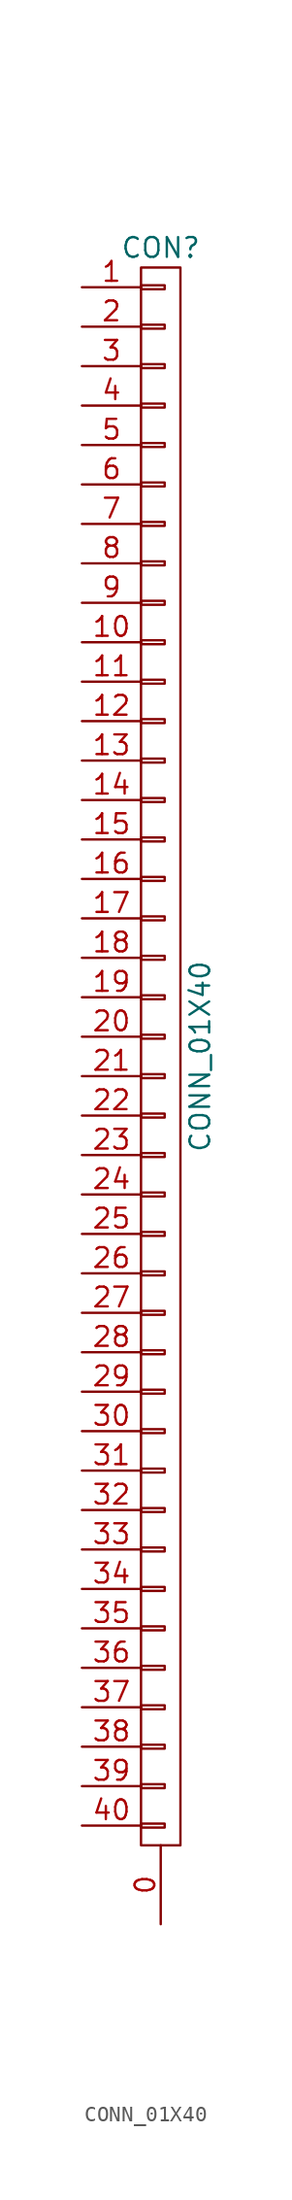
<source format=kicad_sym>
(kicad_symbol_lib
  (version 20211014)
  (generator kicad_symbol_editor)
  (symbol "CONN_01X40"
    (pin_names
      (offset 1.016) hide)
    (property "Reference" "CON"
      (at 0 52.07 0)
      (effects (font (size 1.27 1.27))))
    (property "Value" "CONN_01X40"
      (at 2.54 0 90)
      (effects (font (size 1.27 1.27))))
    (property "Footprint" ""
      (at 0 0 0)
      (effects (font (size 1.27 1.27))))
    (property "Datasheet" ""
      (at 0 0 0)
      (effects (font (size 1.27 1.27))))
    (symbol "CONN_01X40_0_1"
      (rectangle (start -1.27 -49.403) (end 0.254 -49.657) (stroke (width 0) (type default) (color 0 0 0 0)) (fill (type none)))
      (rectangle (start -1.27 -46.863) (end 0.254 -47.117) (stroke (width 0) (type default) (color 0 0 0 0)) (fill (type none)))
      (rectangle (start -1.27 -44.323) (end 0.254 -44.577) (stroke (width 0) (type default) (color 0 0 0 0)) (fill (type none)))
      (rectangle (start -1.27 -41.783) (end 0.254 -42.037) (stroke (width 0) (type default) (color 0 0 0 0)) (fill (type none)))
      (rectangle (start -1.27 -39.243) (end 0.254 -39.497) (stroke (width 0) (type default) (color 0 0 0 0)) (fill (type none)))
      (rectangle (start -1.27 -36.703) (end 0.254 -36.957) (stroke (width 0) (type default) (color 0 0 0 0)) (fill (type none)))
      (rectangle (start -1.27 -34.163) (end 0.254 -34.417) (stroke (width 0) (type default) (color 0 0 0 0)) (fill (type none)))
      (rectangle (start -1.27 -31.623) (end 0.254 -31.877) (stroke (width 0) (type default) (color 0 0 0 0)) (fill (type none)))
      (rectangle (start -1.27 -29.083) (end 0.254 -29.337) (stroke (width 0) (type default) (color 0 0 0 0)) (fill (type none)))
      (rectangle (start -1.27 -26.543) (end 0.254 -26.797) (stroke (width 0) (type default) (color 0 0 0 0)) (fill (type none)))
      (rectangle (start -1.27 -24.003) (end 0.254 -24.257) (stroke (width 0) (type default) (color 0 0 0 0)) (fill (type none)))
      (rectangle (start -1.27 -21.463) (end 0.254 -21.717) (stroke (width 0) (type default) (color 0 0 0 0)) (fill (type none)))
      (rectangle (start -1.27 -18.923) (end 0.254 -19.177) (stroke (width 0) (type default) (color 0 0 0 0)) (fill (type none)))
      (rectangle (start -1.27 -16.383) (end 0.254 -16.637) (stroke (width 0) (type default) (color 0 0 0 0)) (fill (type none)))
      (rectangle (start -1.27 -13.843) (end 0.254 -14.097) (stroke (width 0) (type default) (color 0 0 0 0)) (fill (type none)))
      (rectangle (start -1.27 -11.303) (end 0.254 -11.557) (stroke (width 0) (type default) (color 0 0 0 0)) (fill (type none)))
      (rectangle (start -1.27 -8.763) (end 0.254 -9.017) (stroke (width 0) (type default) (color 0 0 0 0)) (fill (type none)))
      (rectangle (start -1.27 -6.223) (end 0.254 -6.477) (stroke (width 0) (type default) (color 0 0 0 0)) (fill (type none)))
      (rectangle (start -1.27 -3.683) (end 0.254 -3.937) (stroke (width 0) (type default) (color 0 0 0 0)) (fill (type none)))
      (rectangle (start -1.27 -1.143) (end 0.254 -1.397) (stroke (width 0) (type default) (color 0 0 0 0)) (fill (type none)))
      (rectangle (start -1.27 1.397) (end 0.254 1.143) (stroke (width 0) (type default) (color 0 0 0 0)) (fill (type none)))
      (rectangle (start -1.27 3.937) (end 0.254 3.683) (stroke (width 0) (type default) (color 0 0 0 0)) (fill (type none)))
      (rectangle (start -1.27 6.477) (end 0.254 6.223) (stroke (width 0) (type default) (color 0 0 0 0)) (fill (type none)))
      (rectangle (start -1.27 9.017) (end 0.254 8.763) (stroke (width 0) (type default) (color 0 0 0 0)) (fill (type none)))
      (rectangle (start -1.27 11.557) (end 0.254 11.303) (stroke (width 0) (type default) (color 0 0 0 0)) (fill (type none)))
      (rectangle (start -1.27 14.097) (end 0.254 13.843) (stroke (width 0) (type default) (color 0 0 0 0)) (fill (type none)))
      (rectangle (start -1.27 16.637) (end 0.254 16.383) (stroke (width 0) (type default) (color 0 0 0 0)) (fill (type none)))
      (rectangle (start -1.27 19.177) (end 0.254 18.923) (stroke (width 0) (type default) (color 0 0 0 0)) (fill (type none)))
      (rectangle (start -1.27 21.717) (end 0.254 21.463) (stroke (width 0) (type default) (color 0 0 0 0)) (fill (type none)))
      (rectangle (start -1.27 24.257) (end 0.254 24.003) (stroke (width 0) (type default) (color 0 0 0 0)) (fill (type none)))
      (rectangle (start -1.27 26.797) (end 0.254 26.543) (stroke (width 0) (type default) (color 0 0 0 0)) (fill (type none)))
      (rectangle (start -1.27 29.337) (end 0.254 29.083) (stroke (width 0) (type default) (color 0 0 0 0)) (fill (type none)))
      (rectangle (start -1.27 31.877) (end 0.254 31.623) (stroke (width 0) (type default) (color 0 0 0 0)) (fill (type none)))
      (rectangle (start -1.27 34.417) (end 0.254 34.163) (stroke (width 0) (type default) (color 0 0 0 0)) (fill (type none)))
      (rectangle (start -1.27 36.957) (end 0.254 36.703) (stroke (width 0) (type default) (color 0 0 0 0)) (fill (type none)))
      (rectangle (start -1.27 39.497) (end 0.254 39.243) (stroke (width 0) (type default) (color 0 0 0 0)) (fill (type none)))
      (rectangle (start -1.27 42.037) (end 0.254 41.783) (stroke (width 0) (type default) (color 0 0 0 0)) (fill (type none)))
      (rectangle (start -1.27 44.577) (end 0.254 44.323) (stroke (width 0) (type default) (color 0 0 0 0)) (fill (type none)))
      (rectangle (start -1.27 47.117) (end 0.254 46.863) (stroke (width 0) (type default) (color 0 0 0 0)) (fill (type none)))
      (rectangle (start -1.27 49.657) (end 0.254 49.403) (stroke (width 0) (type default) (color 0 0 0 0)) (fill (type none)))
      (rectangle (start -1.27 50.8) (end 1.27 -50.8) (stroke (width 0) (type default) (color 0 0 0 0)) (fill (type none))))
    (symbol "CONN_01X40_1_1"
      (pin passive line (at 0 -55.88 90) (length 5.08) (name "P0" (effects (font (size 1.27 1.27)))) (number "0" (effects (font (size 1.27 1.27)))))
      (pin passive line (at -5.08 49.53 0) (length 3.81) (name "P1" (effects (font (size 1.27 1.27)))) (number "1" (effects (font (size 1.27 1.27)))))
      (pin passive line (at -5.08 26.67 0) (length 3.81) (name "P10" (effects (font (size 1.27 1.27)))) (number "10" (effects (font (size 1.27 1.27)))))
      (pin passive line (at -5.08 24.13 0) (length 3.81) (name "P11" (effects (font (size 1.27 1.27)))) (number "11" (effects (font (size 1.27 1.27)))))
      (pin passive line (at -5.08 21.59 0) (length 3.81) (name "P12" (effects (font (size 1.27 1.27)))) (number "12" (effects (font (size 1.27 1.27)))))
      (pin passive line (at -5.08 19.05 0) (length 3.81) (name "P13" (effects (font (size 1.27 1.27)))) (number "13" (effects (font (size 1.27 1.27)))))
      (pin passive line (at -5.08 16.51 0) (length 3.81) (name "P14" (effects (font (size 1.27 1.27)))) (number "14" (effects (font (size 1.27 1.27)))))
      (pin passive line (at -5.08 13.97 0) (length 3.81) (name "P15" (effects (font (size 1.27 1.27)))) (number "15" (effects (font (size 1.27 1.27)))))
      (pin passive line (at -5.08 11.43 0) (length 3.81) (name "P16" (effects (font (size 1.27 1.27)))) (number "16" (effects (font (size 1.27 1.27)))))
      (pin passive line (at -5.08 8.89 0) (length 3.81) (name "P17" (effects (font (size 1.27 1.27)))) (number "17" (effects (font (size 1.27 1.27)))))
      (pin passive line (at -5.08 6.35 0) (length 3.81) (name "P18" (effects (font (size 1.27 1.27)))) (number "18" (effects (font (size 1.27 1.27)))))
      (pin passive line (at -5.08 3.81 0) (length 3.81) (name "P19" (effects (font (size 1.27 1.27)))) (number "19" (effects (font (size 1.27 1.27)))))
      (pin passive line (at -5.08 46.99 0) (length 3.81) (name "P2" (effects (font (size 1.27 1.27)))) (number "2" (effects (font (size 1.27 1.27)))))
      (pin passive line (at -5.08 1.27 0) (length 3.81) (name "P20" (effects (font (size 1.27 1.27)))) (number "20" (effects (font (size 1.27 1.27)))))
      (pin passive line (at -5.08 -1.27 0) (length 3.81) (name "P21" (effects (font (size 1.27 1.27)))) (number "21" (effects (font (size 1.27 1.27)))))
      (pin passive line (at -5.08 -3.81 0) (length 3.81) (name "P22" (effects (font (size 1.27 1.27)))) (number "22" (effects (font (size 1.27 1.27)))))
      (pin passive line (at -5.08 -6.35 0) (length 3.81) (name "P23" (effects (font (size 1.27 1.27)))) (number "23" (effects (font (size 1.27 1.27)))))
      (pin passive line (at -5.08 -8.89 0) (length 3.81) (name "P24" (effects (font (size 1.27 1.27)))) (number "24" (effects (font (size 1.27 1.27)))))
      (pin passive line (at -5.08 -11.43 0) (length 3.81) (name "P25" (effects (font (size 1.27 1.27)))) (number "25" (effects (font (size 1.27 1.27)))))
      (pin passive line (at -5.08 -13.97 0) (length 3.81) (name "P26" (effects (font (size 1.27 1.27)))) (number "26" (effects (font (size 1.27 1.27)))))
      (pin passive line (at -5.08 -16.51 0) (length 3.81) (name "P27" (effects (font (size 1.27 1.27)))) (number "27" (effects (font (size 1.27 1.27)))))
      (pin passive line (at -5.08 -19.05 0) (length 3.81) (name "P28" (effects (font (size 1.27 1.27)))) (number "28" (effects (font (size 1.27 1.27)))))
      (pin passive line (at -5.08 -21.59 0) (length 3.81) (name "P29" (effects (font (size 1.27 1.27)))) (number "29" (effects (font (size 1.27 1.27)))))
      (pin passive line (at -5.08 44.45 0) (length 3.81) (name "P3" (effects (font (size 1.27 1.27)))) (number "3" (effects (font (size 1.27 1.27)))))
      (pin passive line (at -5.08 -24.13 0) (length 3.81) (name "P30" (effects (font (size 1.27 1.27)))) (number "30" (effects (font (size 1.27 1.27)))))
      (pin passive line (at -5.08 -26.67 0) (length 3.81) (name "P31" (effects (font (size 1.27 1.27)))) (number "31" (effects (font (size 1.27 1.27)))))
      (pin passive line (at -5.08 -29.21 0) (length 3.81) (name "P32" (effects (font (size 1.27 1.27)))) (number "32" (effects (font (size 1.27 1.27)))))
      (pin passive line (at -5.08 -31.75 0) (length 3.81) (name "P33" (effects (font (size 1.27 1.27)))) (number "33" (effects (font (size 1.27 1.27)))))
      (pin passive line (at -5.08 -34.29 0) (length 3.81) (name "P34" (effects (font (size 1.27 1.27)))) (number "34" (effects (font (size 1.27 1.27)))))
      (pin passive line (at -5.08 -36.83 0) (length 3.81) (name "P35" (effects (font (size 1.27 1.27)))) (number "35" (effects (font (size 1.27 1.27)))))
      (pin passive line (at -5.08 -39.37 0) (length 3.81) (name "P36" (effects (font (size 1.27 1.27)))) (number "36" (effects (font (size 1.27 1.27)))))
      (pin passive line (at -5.08 -41.91 0) (length 3.81) (name "P37" (effects (font (size 1.27 1.27)))) (number "37" (effects (font (size 1.27 1.27)))))
      (pin passive line (at -5.08 -44.45 0) (length 3.81) (name "P38" (effects (font (size 1.27 1.27)))) (number "38" (effects (font (size 1.27 1.27)))))
      (pin passive line (at -5.08 -46.99 0) (length 3.81) (name "P39" (effects (font (size 1.27 1.27)))) (number "39" (effects (font (size 1.27 1.27)))))
      (pin passive line (at -5.08 41.91 0) (length 3.81) (name "P4" (effects (font (size 1.27 1.27)))) (number "4" (effects (font (size 1.27 1.27)))))
      (pin passive line (at -5.08 -49.53 0) (length 3.81) (name "P40" (effects (font (size 1.27 1.27)))) (number "40" (effects (font (size 1.27 1.27)))))
      (pin passive line (at -5.08 39.37 0) (length 3.81) (name "P5" (effects (font (size 1.27 1.27)))) (number "5" (effects (font (size 1.27 1.27)))))
      (pin passive line (at -5.08 36.83 0) (length 3.81) (name "P6" (effects (font (size 1.27 1.27)))) (number "6" (effects (font (size 1.27 1.27)))))
      (pin passive line (at -5.08 34.29 0) (length 3.81) (name "P7" (effects (font (size 1.27 1.27)))) (number "7" (effects (font (size 1.27 1.27)))))
      (pin passive line (at -5.08 31.75 0) (length 3.81) (name "P8" (effects (font (size 1.27 1.27)))) (number "8" (effects (font (size 1.27 1.27)))))
      (pin passive line (at -5.08 29.21 0) (length 3.81) (name "P9" (effects (font (size 1.27 1.27)))) (number "9" (effects (font (size 1.27 1.27))))))))
</source>
